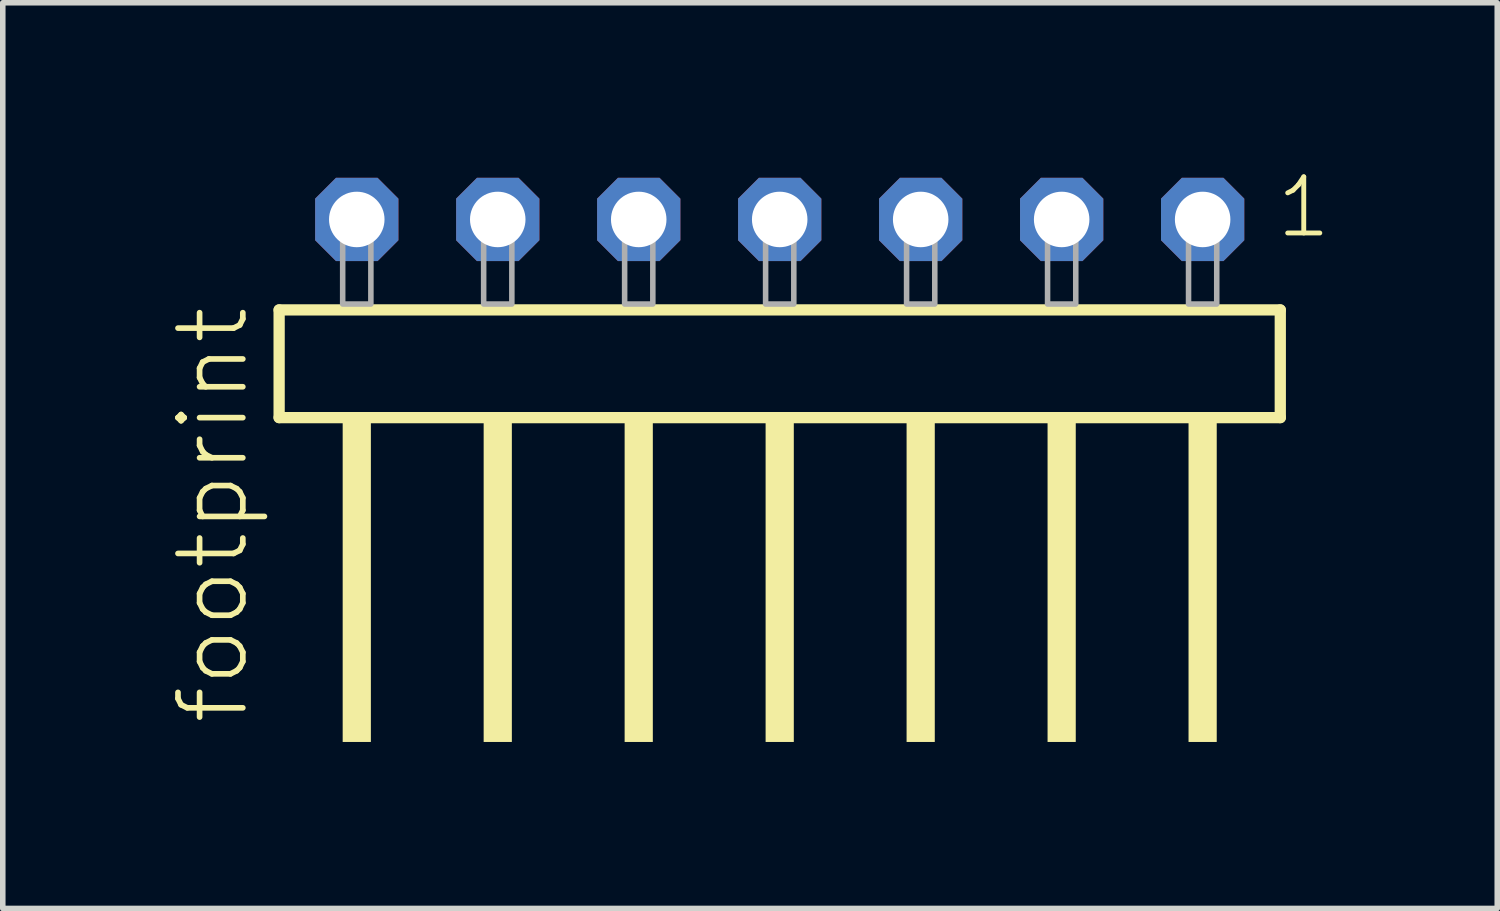
<source format=kicad_pcb>
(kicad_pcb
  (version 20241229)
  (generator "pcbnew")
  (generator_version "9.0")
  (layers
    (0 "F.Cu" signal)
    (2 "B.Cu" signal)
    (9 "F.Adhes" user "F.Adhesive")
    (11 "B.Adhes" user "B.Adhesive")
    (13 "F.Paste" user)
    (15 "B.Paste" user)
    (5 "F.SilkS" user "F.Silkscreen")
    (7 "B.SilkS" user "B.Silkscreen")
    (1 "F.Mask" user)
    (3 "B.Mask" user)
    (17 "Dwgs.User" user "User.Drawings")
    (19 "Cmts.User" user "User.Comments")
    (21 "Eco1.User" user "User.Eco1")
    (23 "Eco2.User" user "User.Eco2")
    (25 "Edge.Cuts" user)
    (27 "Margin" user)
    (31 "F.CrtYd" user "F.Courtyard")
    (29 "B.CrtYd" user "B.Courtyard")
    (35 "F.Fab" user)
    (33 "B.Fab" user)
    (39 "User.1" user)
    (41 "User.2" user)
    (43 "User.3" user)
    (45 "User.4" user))
  (footprint "footprint"
    (layer "F.Cu")
    (at 10.998 2.428)
    (property "Reference" "footprint" (at -9.525 7.62 90) (layer "F.SilkS") (effects (font (size 1.168 1.168) (thickness 0.102)) (justify left bottom)))
    (fp_line (start -9.019 0.106) (end -9.019 2.046) (stroke (width 0.203) (type solid)) (layer "F.SilkS"))
    (fp_line (start -9.019 2.046) (end 9.019 2.046) (stroke (width 0.203) (type solid)) (layer "F.SilkS"))
    (fp_line (start 9.019 0.106) (end -9.019 0.106) (stroke (width 0.203) (type solid)) (layer "F.SilkS"))
    (fp_line (start 9.019 2.046) (end 9.019 0.106) (stroke (width 0.203) (type solid)) (layer "F.SilkS"))
    (fp_poly (pts (xy -7.874 7.89) (xy -7.366 7.89) (xy -7.366 2.04) (xy -7.874 2.04)) (stroke (width 0) (type solid)) (fill yes) (layer "F.SilkS"))
    (fp_poly (pts (xy -5.334 7.89) (xy -4.826 7.89) (xy -4.826 2.04) (xy -5.334 2.04)) (stroke (width 0) (type solid)) (fill yes) (layer "F.SilkS"))
    (fp_poly (pts (xy -2.794 7.89) (xy -2.286 7.89) (xy -2.286 2.04) (xy -2.794 2.04)) (stroke (width 0) (type solid)) (fill yes) (layer "F.SilkS"))
    (fp_poly (pts (xy -0.254 7.89) (xy 0.254 7.89) (xy 0.254 2.04) (xy -0.254 2.04)) (stroke (width 0) (type solid)) (fill yes) (layer "F.SilkS"))
    (fp_poly (pts (xy 2.286 7.89) (xy 2.794 7.89) (xy 2.794 2.04) (xy 2.286 2.04)) (stroke (width 0) (type solid)) (fill yes) (layer "F.SilkS"))
    (fp_poly (pts (xy 4.826 7.89) (xy 5.334 7.89) (xy 5.334 2.04) (xy 4.826 2.04)) (stroke (width 0) (type solid)) (fill yes) (layer "F.SilkS"))
    (fp_poly (pts (xy 7.366 7.89) (xy 7.874 7.89) (xy 7.874 2.04) (xy 7.366 2.04)) (stroke (width 0) (type solid)) (fill yes) (layer "F.SilkS"))
    (fp_poly (pts (xy -7.874 0) (xy -7.366 0) (xy -7.366 -1.778) (xy -7.874 -1.778)) (stroke (width 0.1) (type solid)) (fill no) (layer "F.Fab"))
    (fp_poly (pts (xy -5.334 0) (xy -4.826 0) (xy -4.826 -1.778) (xy -5.334 -1.778)) (stroke (width 0.1) (type solid)) (fill no) (layer "F.Fab"))
    (fp_poly (pts (xy -2.794 0) (xy -2.286 0) (xy -2.286 -1.778) (xy -2.794 -1.778)) (stroke (width 0.1) (type solid)) (fill no) (layer "F.Fab"))
    (fp_poly (pts (xy -0.254 0) (xy 0.254 0) (xy 0.254 -1.778) (xy -0.254 -1.778)) (stroke (width 0.1) (type solid)) (fill no) (layer "F.Fab"))
    (fp_poly (pts (xy 2.286 0) (xy 2.794 0) (xy 2.794 -1.778) (xy 2.286 -1.778)) (stroke (width 0.1) (type solid)) (fill no) (layer "F.Fab"))
    (fp_poly (pts (xy 4.826 0) (xy 5.334 0) (xy 5.334 -1.778) (xy 4.826 -1.778)) (stroke (width 0.1) (type solid)) (fill no) (layer "F.Fab"))
    (fp_poly (pts (xy 7.366 0) (xy 7.874 0) (xy 7.874 -1.778) (xy 7.366 -1.778)) (stroke (width 0.1) (type solid)) (fill no) (layer "F.Fab"))
    (fp_text user "1" (at 8.902 -1.152 0) (layer "F.SilkS") (effects (font (size 1.012 1.012) (thickness 0.088)) (justify left bottom)))
    (pad "1" thru_hole roundrect (at 7.62 -1.524 180) (size 1.5 1.5) (drill 1) (layers "*.Cu" "*.Mask") (roundrect_rratio 0.25) (chamfer_ratio 0.25) (chamfer top_left top_right bottom_left bottom_right))
    (pad "2" thru_hole roundrect (at 5.08 -1.524 180) (size 1.5 1.5) (drill 1) (layers "*.Cu" "*.Mask") (roundrect_rratio 0.25) (chamfer_ratio 0.25) (chamfer top_left top_right bottom_left bottom_right))
    (pad "3" thru_hole roundrect (at 2.54 -1.524 180) (size 1.5 1.5) (drill 1) (layers "*.Cu" "*.Mask") (roundrect_rratio 0.25) (chamfer_ratio 0.25) (chamfer top_left top_right bottom_left bottom_right))
    (pad "4" thru_hole roundrect (at 0 -1.524 180) (size 1.5 1.5) (drill 1) (layers "*.Cu" "*.Mask") (roundrect_rratio 0.25) (chamfer_ratio 0.25) (chamfer top_left top_right bottom_left bottom_right))
    (pad "5" thru_hole roundrect (at -2.54 -1.524 180) (size 1.5 1.5) (drill 1) (layers "*.Cu" "*.Mask") (roundrect_rratio 0.25) (chamfer_ratio 0.25) (chamfer top_left top_right bottom_left bottom_right))
    (pad "6" thru_hole roundrect (at -5.08 -1.524 180) (size 1.5 1.5) (drill 1) (layers "*.Cu" "*.Mask") (roundrect_rratio 0.25) (chamfer_ratio 0.25) (chamfer top_left top_right bottom_left bottom_right))
    (pad "7" thru_hole roundrect (at -7.62 -1.524 180) (size 1.5 1.5) (drill 1) (layers "*.Cu" "*.Mask") (roundrect_rratio 0.25) (chamfer_ratio 0.25) (chamfer top_left top_right bottom_left bottom_right)))
  (gr_rect
    (start -3 -3)
    (end 23.926 13.318)
    (stroke (width 0.1) (type default))
    (fill no)
    (layer "Edge.Cuts")))
</source>
